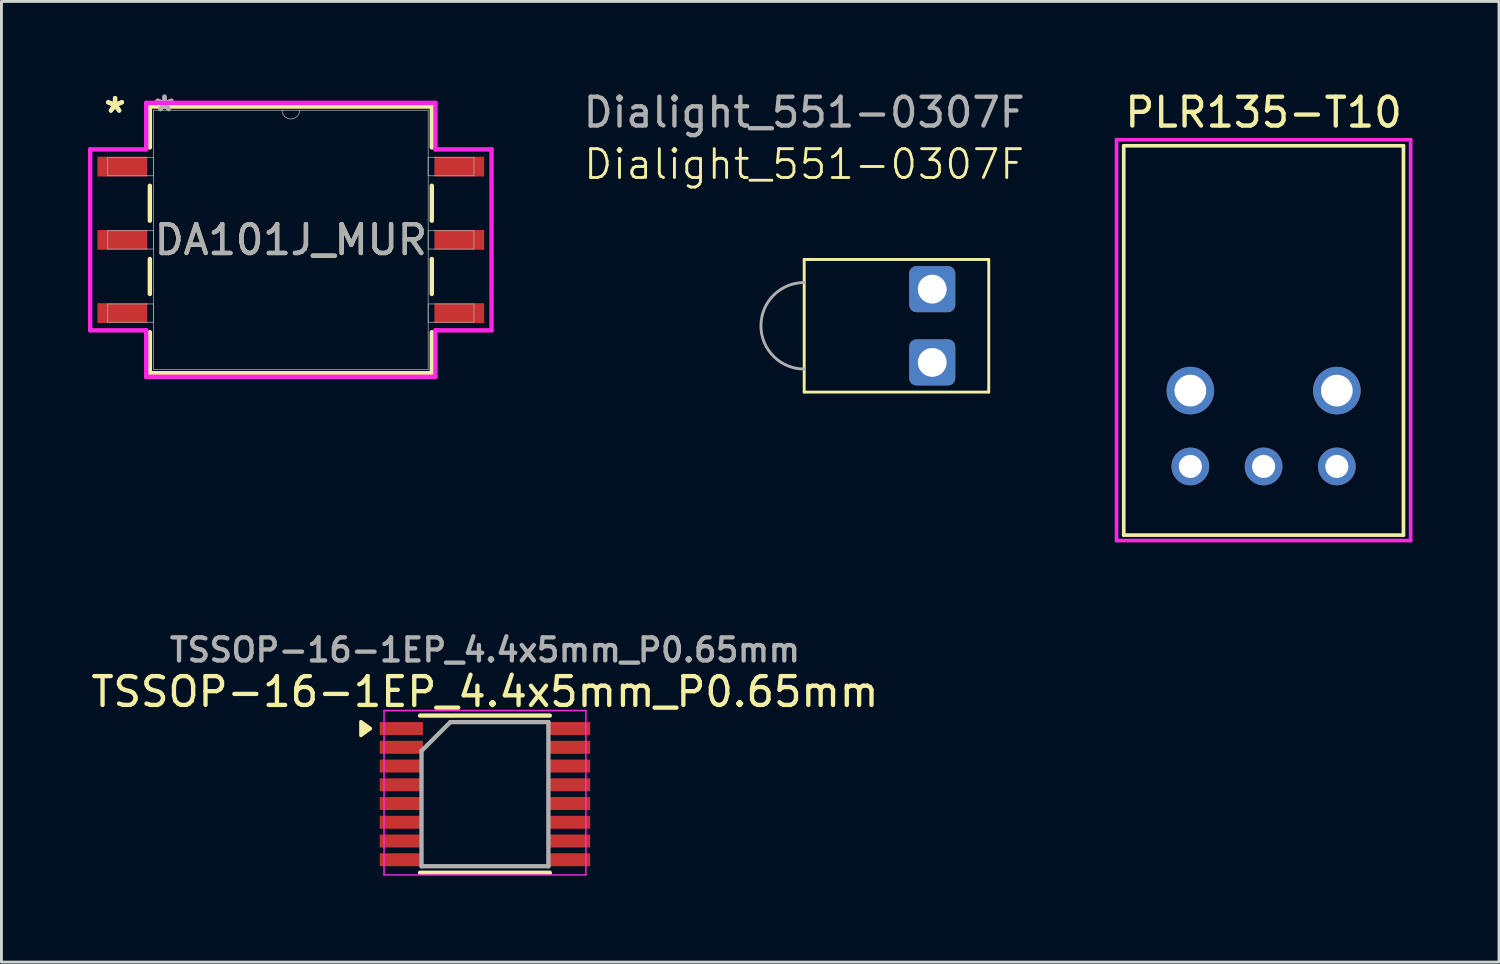
<source format=kicad_pcb>
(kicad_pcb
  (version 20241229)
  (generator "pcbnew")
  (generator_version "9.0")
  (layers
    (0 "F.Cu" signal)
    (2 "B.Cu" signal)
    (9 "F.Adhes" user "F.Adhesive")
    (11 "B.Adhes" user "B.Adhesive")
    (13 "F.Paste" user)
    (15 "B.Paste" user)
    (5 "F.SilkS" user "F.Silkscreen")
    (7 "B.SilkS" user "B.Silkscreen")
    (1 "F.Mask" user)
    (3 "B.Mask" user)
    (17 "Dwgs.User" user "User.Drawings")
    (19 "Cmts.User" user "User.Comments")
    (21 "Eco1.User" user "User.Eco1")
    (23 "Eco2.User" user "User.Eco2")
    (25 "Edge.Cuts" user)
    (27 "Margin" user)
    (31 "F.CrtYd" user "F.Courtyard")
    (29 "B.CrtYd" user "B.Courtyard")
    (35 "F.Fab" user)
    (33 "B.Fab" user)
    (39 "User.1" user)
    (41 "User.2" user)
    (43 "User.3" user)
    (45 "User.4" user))
  (footprint "Dialight_551-0307F"
    (layer "F.Cu")
    (at 24.839 8.248)
    (property "Reference" "Dialight_551-0307F" (at 0 -5.6 0) (unlocked yes) (layer "F.SilkS") (effects (font (size 1 1) (thickness 0.1))))
    (attr through_hole)
    (fp_line (start 0 -2.3) (end 0.2 -2.3) (stroke (width 0.1) (type default)) (layer "F.SilkS"))
    (fp_line (start 0 2.3) (end 0 -2.3) (stroke (width 0.1) (type default)) (layer "F.SilkS"))
    (fp_line (start 0.2 -2.3) (end 6.4 -2.3) (stroke (width 0.1) (type default)) (layer "F.SilkS"))
    (fp_line (start 6.4 -2.3) (end 6.4 2.3) (stroke (width 0.1) (type default)) (layer "F.SilkS"))
    (fp_line (start 6.4 2.3) (end 0 2.3) (stroke (width 0.1) (type default)) (layer "F.SilkS"))
    (fp_arc (start 0 1.5) (mid -1.5 0) (end 0 -1.5) (stroke (width 0.1) (type default)) (layer "F.Fab"))
    (fp_text user "${REFERENCE}" (at 0 -7.4 0) (unlocked yes) (layer "F.Fab") (effects (font (size 1 1) (thickness 0.15))))
    (pad "1" thru_hole roundrect (at 4.44 1.27) (size 1.6 1.6) (drill 1) (property pad_prop_heatsink) (layers "*.Cu" "*.Mask") (roundrect_rratio 0.156))
    (pad "2" thru_hole roundrect (at 4.44 -1.27) (size 1.6 1.6) (drill 1) (property pad_prop_heatsink) (layers "*.Cu" "*.Mask") (roundrect_rratio 0.156)))
  (footprint "PLR135-T10"
    (layer "F.Cu")
    (at 40.771 10.496)
    (property "Reference" "PLR135-T10" (at 0 -9.647 0) (layer "F.SilkS") (effects (font (size 1.001 1.001) (thickness 0.15))))
    (attr through_hole)
    (fp_line (start -4.85 -8.49) (end -4.85 5.01) (stroke (width 0.127) (type solid)) (layer "F.SilkS"))
    (fp_line (start 4.85 -8.49) (end -4.85 -8.49) (stroke (width 0.127) (type solid)) (layer "F.SilkS"))
    (fp_line (start 4.85 -8.49) (end 4.85 5.01) (stroke (width 0.127) (type solid)) (layer "F.SilkS"))
    (fp_line (start 4.85 5.01) (end -4.85 5.01) (stroke (width 0.127) (type solid)) (layer "F.SilkS"))
    (fp_line (start -5.1 -8.7) (end 5.1 -8.7) (stroke (width 0.127) (type solid)) (layer "F.CrtYd"))
    (fp_line (start -5.1 5.2) (end -5.1 -8.7) (stroke (width 0.127) (type solid)) (layer "F.CrtYd"))
    (fp_line (start 5.1 -8.7) (end 5.1 5.2) (stroke (width 0.127) (type solid)) (layer "F.CrtYd"))
    (fp_line (start 5.1 5.2) (end -5.1 5.2) (stroke (width 0.127) (type solid)) (layer "F.CrtYd"))
    (pad "1" thru_hole circle (at 2.54 2.63) (size 1.308 1.308) (drill 0.8) (layers "*.Cu" "*.Mask"))
    (pad "2" thru_hole circle (at 0 2.63) (size 1.308 1.308) (drill 0.8) (layers "*.Cu" "*.Mask"))
    (pad "3" thru_hole circle (at -2.54 2.63) (size 1.308 1.308) (drill 0.8) (layers "*.Cu" "*.Mask"))
    (pad "NC1" thru_hole circle (at 2.54 0) (size 1.65 1.65) (drill 1.1) (layers "*.Cu" "*.Mask"))
    (pad "NC2" thru_hole circle (at -2.54 0) (size 1.65 1.65) (drill 1.1) (layers "*.Cu" "*.Mask")))
  (footprint "TSSOP-16-1EP_4.4x5mm_P0.65mm"
    (layer "F.Cu")
    (at 13.768 24.491)
    (property "Reference" "TSSOP-16-1EP_4.4x5mm_P0.65mm" (at 0 -3.55 0) (layer "F.SilkS") (effects (font (size 1 1) (thickness 0.15))))
    (attr smd)
    (fp_line (start -2.25 -2.725) (end 2.25 -2.725) (stroke (width 0.15) (type solid)) (layer "F.SilkS"))
    (fp_line (start -2.25 2.725) (end 2.25 2.725) (stroke (width 0.15) (type solid)) (layer "F.SilkS"))
    (fp_poly (pts (xy -3.972 -2.275) (xy -4.302 -2.515) (xy -4.302 -2.035) (xy -3.972 -2.275)) (stroke (width 0.12) (type solid)) (fill yes) (layer "F.SilkS"))
    (fp_line (start -3.5 -2.9) (end -3.5 2.8) (stroke (width 0.05) (type solid)) (layer "F.CrtYd"))
    (fp_line (start -3.5 -2.9) (end 3.5 -2.9) (stroke (width 0.05) (type solid)) (layer "F.CrtYd"))
    (fp_line (start -3.5 2.8) (end 3.5 2.8) (stroke (width 0.05) (type solid)) (layer "F.CrtYd"))
    (fp_line (start 3.5 -2.9) (end 3.5 2.8) (stroke (width 0.05) (type solid)) (layer "F.CrtYd"))
    (fp_line (start -2.2 -1.5) (end -1.2 -2.5) (stroke (width 0.15) (type solid)) (layer "F.Fab"))
    (fp_line (start -2.2 2.5) (end -2.2 -1.5) (stroke (width 0.15) (type solid)) (layer "F.Fab"))
    (fp_line (start -1.2 -2.5) (end 2.2 -2.5) (stroke (width 0.15) (type solid)) (layer "F.Fab"))
    (fp_line (start 2.2 -2.5) (end 2.2 2.5) (stroke (width 0.15) (type solid)) (layer "F.Fab"))
    (fp_line (start 2.2 2.5) (end -2.2 2.5) (stroke (width 0.15) (type solid)) (layer "F.Fab"))
    (fp_text user "${REFERENCE}" (at 0 -5 0) (layer "F.Fab") (effects (font (size 0.8 0.8) (thickness 0.15))))
    (pad "1" smd rect (at -2.9 -2.275) (size 1.5 0.45) (layers "F.Cu" "F.Mask" "F.Paste"))
    (pad "2" smd rect (at -2.9 -1.625) (size 1.5 0.45) (layers "F.Cu" "F.Mask" "F.Paste"))
    (pad "3" smd rect (at -2.9 -0.975) (size 1.5 0.45) (layers "F.Cu" "F.Mask" "F.Paste"))
    (pad "4" smd rect (at -2.9 -0.325) (size 1.5 0.45) (layers "F.Cu" "F.Mask" "F.Paste"))
    (pad "5" smd rect (at -2.9 0.325) (size 1.5 0.45) (layers "F.Cu" "F.Mask" "F.Paste"))
    (pad "6" smd rect (at -2.9 0.975) (size 1.5 0.45) (layers "F.Cu" "F.Mask" "F.Paste"))
    (pad "7" smd rect (at -2.9 1.625) (size 1.5 0.45) (layers "F.Cu" "F.Mask" "F.Paste"))
    (pad "8" smd rect (at -2.9 2.275) (size 1.5 0.45) (layers "F.Cu" "F.Mask" "F.Paste"))
    (pad "9" smd rect (at 2.9 2.275) (size 1.5 0.45) (layers "F.Cu" "F.Mask" "F.Paste"))
    (pad "10" smd rect (at 2.9 1.625) (size 1.5 0.45) (layers "F.Cu" "F.Mask" "F.Paste"))
    (pad "11" smd rect (at 2.9 0.975) (size 1.5 0.45) (layers "F.Cu" "F.Mask" "F.Paste"))
    (pad "12" smd rect (at 2.9 0.325) (size 1.5 0.45) (layers "F.Cu" "F.Mask" "F.Paste"))
    (pad "13" smd rect (at 2.9 -0.325) (size 1.5 0.45) (layers "F.Cu" "F.Mask" "F.Paste"))
    (pad "14" smd rect (at 2.9 -0.975) (size 1.5 0.45) (layers "F.Cu" "F.Mask" "F.Paste"))
    (pad "15" smd rect (at 2.9 -1.625) (size 1.5 0.45) (layers "F.Cu" "F.Mask" "F.Paste"))
    (pad "16" smd rect (at 2.9 -2.275) (size 1.5 0.45) (layers "F.Cu" "F.Mask" "F.Paste")))
  (footprint "DA101J_MUR"
    (layer "F.Cu")
    (at 7.036 5.268)
    (property "Reference" "DA101J_MUR" (at 0 0 0) (unlocked yes) (layer "F.SilkS") (effects (font (size 1 1) (thickness 0.15))))
    (attr smd)
    (fp_line (start -4.889 -4.623) (end -4.889 -3.204) (stroke (width 0.152) (type solid)) (layer "F.SilkS"))
    (fp_line (start -4.889 -1.876) (end -4.889 -0.664) (stroke (width 0.152) (type solid)) (layer "F.SilkS"))
    (fp_line (start -4.889 0.664) (end -4.889 1.876) (stroke (width 0.152) (type solid)) (layer "F.SilkS"))
    (fp_line (start -4.889 3.204) (end -4.889 4.623) (stroke (width 0.152) (type solid)) (layer "F.SilkS"))
    (fp_line (start -4.889 4.623) (end 4.889 4.623) (stroke (width 0.152) (type solid)) (layer "F.SilkS"))
    (fp_line (start 4.889 -4.623) (end -4.889 -4.623) (stroke (width 0.152) (type solid)) (layer "F.SilkS"))
    (fp_line (start 4.889 -3.204) (end 4.889 -4.623) (stroke (width 0.152) (type solid)) (layer "F.SilkS"))
    (fp_line (start 4.889 -0.664) (end 4.889 -1.876) (stroke (width 0.152) (type solid)) (layer "F.SilkS"))
    (fp_line (start 4.889 1.876) (end 4.889 0.664) (stroke (width 0.152) (type solid)) (layer "F.SilkS"))
    (fp_line (start 4.889 4.623) (end 4.889 3.204) (stroke (width 0.152) (type solid)) (layer "F.SilkS"))
    (fp_line (start -6.96 -3.137) (end -5.016 -3.137) (stroke (width 0.152) (type solid)) (layer "F.CrtYd"))
    (fp_line (start -6.96 3.137) (end -6.96 -3.137) (stroke (width 0.152) (type solid)) (layer "F.CrtYd"))
    (fp_line (start -6.96 3.137) (end -5.016 3.137) (stroke (width 0.152) (type solid)) (layer "F.CrtYd"))
    (fp_line (start -5.016 -4.75) (end 5.016 -4.75) (stroke (width 0.152) (type solid)) (layer "F.CrtYd"))
    (fp_line (start -5.016 -3.137) (end -5.016 -4.75) (stroke (width 0.152) (type solid)) (layer "F.CrtYd"))
    (fp_line (start -5.016 4.75) (end -5.016 3.137) (stroke (width 0.152) (type solid)) (layer "F.CrtYd"))
    (fp_line (start 5.016 -4.75) (end 5.016 -3.137) (stroke (width 0.152) (type solid)) (layer "F.CrtYd"))
    (fp_line (start 5.016 3.137) (end 5.016 4.75) (stroke (width 0.152) (type solid)) (layer "F.CrtYd"))
    (fp_line (start 5.016 4.75) (end -5.016 4.75) (stroke (width 0.152) (type solid)) (layer "F.CrtYd"))
    (fp_line (start 6.96 -3.137) (end 5.016 -3.137) (stroke (width 0.152) (type solid)) (layer "F.CrtYd"))
    (fp_line (start 6.96 -3.137) (end 6.96 3.137) (stroke (width 0.152) (type solid)) (layer "F.CrtYd"))
    (fp_line (start 6.96 3.137) (end 5.016 3.137) (stroke (width 0.152) (type solid)) (layer "F.CrtYd"))
    (fp_line (start -6.35 -2.857) (end -6.35 -2.223) (stroke (width 0.025) (type solid)) (layer "F.Fab"))
    (fp_line (start -6.35 -2.223) (end -4.763 -2.223) (stroke (width 0.025) (type solid)) (layer "F.Fab"))
    (fp_line (start -6.35 -0.318) (end -6.35 0.318) (stroke (width 0.025) (type solid)) (layer "F.Fab"))
    (fp_line (start -6.35 0.318) (end -4.763 0.318) (stroke (width 0.025) (type solid)) (layer "F.Fab"))
    (fp_line (start -6.35 2.223) (end -6.35 2.857) (stroke (width 0.025) (type solid)) (layer "F.Fab"))
    (fp_line (start -6.35 2.857) (end -4.763 2.857) (stroke (width 0.025) (type solid)) (layer "F.Fab"))
    (fp_line (start -4.763 -4.496) (end -4.763 4.496) (stroke (width 0.025) (type solid)) (layer "F.Fab"))
    (fp_line (start -4.763 -2.857) (end -6.35 -2.857) (stroke (width 0.025) (type solid)) (layer "F.Fab"))
    (fp_line (start -4.763 -2.223) (end -4.763 -2.857) (stroke (width 0.025) (type solid)) (layer "F.Fab"))
    (fp_line (start -4.763 -0.318) (end -6.35 -0.318) (stroke (width 0.025) (type solid)) (layer "F.Fab"))
    (fp_line (start -4.763 0.318) (end -4.763 -0.318) (stroke (width 0.025) (type solid)) (layer "F.Fab"))
    (fp_line (start -4.763 2.223) (end -6.35 2.223) (stroke (width 0.025) (type solid)) (layer "F.Fab"))
    (fp_line (start -4.763 2.857) (end -4.763 2.223) (stroke (width 0.025) (type solid)) (layer "F.Fab"))
    (fp_line (start -4.763 4.496) (end 4.763 4.496) (stroke (width 0.025) (type solid)) (layer "F.Fab"))
    (fp_line (start 4.763 -4.496) (end -4.763 -4.496) (stroke (width 0.025) (type solid)) (layer "F.Fab"))
    (fp_line (start 4.763 -2.857) (end 4.763 -2.223) (stroke (width 0.025) (type solid)) (layer "F.Fab"))
    (fp_line (start 4.763 -2.223) (end 6.35 -2.223) (stroke (width 0.025) (type solid)) (layer "F.Fab"))
    (fp_line (start 4.763 -0.318) (end 4.763 0.318) (stroke (width 0.025) (type solid)) (layer "F.Fab"))
    (fp_line (start 4.763 0.318) (end 6.35 0.318) (stroke (width 0.025) (type solid)) (layer "F.Fab"))
    (fp_line (start 4.763 2.223) (end 4.763 2.857) (stroke (width 0.025) (type solid)) (layer "F.Fab"))
    (fp_line (start 4.763 2.857) (end 6.35 2.857) (stroke (width 0.025) (type solid)) (layer "F.Fab"))
    (fp_line (start 4.763 4.496) (end 4.763 -4.496) (stroke (width 0.025) (type solid)) (layer "F.Fab"))
    (fp_line (start 6.35 -2.857) (end 4.763 -2.857) (stroke (width 0.025) (type solid)) (layer "F.Fab"))
    (fp_line (start 6.35 -2.223) (end 6.35 -2.857) (stroke (width 0.025) (type solid)) (layer "F.Fab"))
    (fp_line (start 6.35 -0.318) (end 4.763 -0.318) (stroke (width 0.025) (type solid)) (layer "F.Fab"))
    (fp_line (start 6.35 0.318) (end 6.35 -0.318) (stroke (width 0.025) (type solid)) (layer "F.Fab"))
    (fp_line (start 6.35 2.223) (end 4.763 2.223) (stroke (width 0.025) (type solid)) (layer "F.Fab"))
    (fp_line (start 6.35 2.857) (end 6.35 2.223) (stroke (width 0.025) (type solid)) (layer "F.Fab"))
    (fp_arc (start 0.3048 -4.4958) (mid 0 -4.191) (end -0.3048 -4.4958) (stroke (width 0.0254) (type solid)) (layer "F.Fab"))
    (fp_text user "*" (at -6.096 -4.369 0) (layer "F.SilkS") (effects (font (size 1 1) (thickness 0.15))))
    (fp_text user "*" (at -6.096 -4.369 0) (unlocked yes) (layer "F.SilkS") (effects (font (size 1 1) (thickness 0.15))))
    (fp_text user "*" (at -4.381 -4.42 0) (unlocked yes) (layer "F.Fab") (effects (font (size 1 1) (thickness 0.15))))
    (fp_text user "${REFERENCE}" (at 0 0 0) (unlocked yes) (layer "F.Fab") (effects (font (size 1 1) (thickness 0.15))))
    (fp_text user "*" (at -4.381 -4.42 0) (layer "F.Fab") (effects (font (size 1 1) (thickness 0.15))))
    (pad "1" smd rect (at -5.842 -2.54) (size 1.727 0.686) (layers "F.Cu" "F.Mask" "F.Paste"))
    (pad "2" smd rect (at -5.842 0) (size 1.727 0.686) (layers "F.Cu" "F.Mask" "F.Paste"))
    (pad "3" smd rect (at -5.842 2.54) (size 1.727 0.686) (layers "F.Cu" "F.Mask" "F.Paste"))
    (pad "4" smd rect (at 5.842 2.54) (size 1.727 0.686) (layers "F.Cu" "F.Mask" "F.Paste"))
    (pad "5" smd rect (at 5.842 0) (size 1.727 0.686) (layers "F.Cu" "F.Mask" "F.Paste"))
    (pad "6" smd rect (at 5.842 -2.54) (size 1.727 0.686) (layers "F.Cu" "F.Mask" "F.Paste")))
  (gr_rect
    (start -3 -3)
    (end 48.934 30.316)
    (stroke (width 0.1) (type default))
    (fill no)
    (layer "Edge.Cuts")))
</source>
